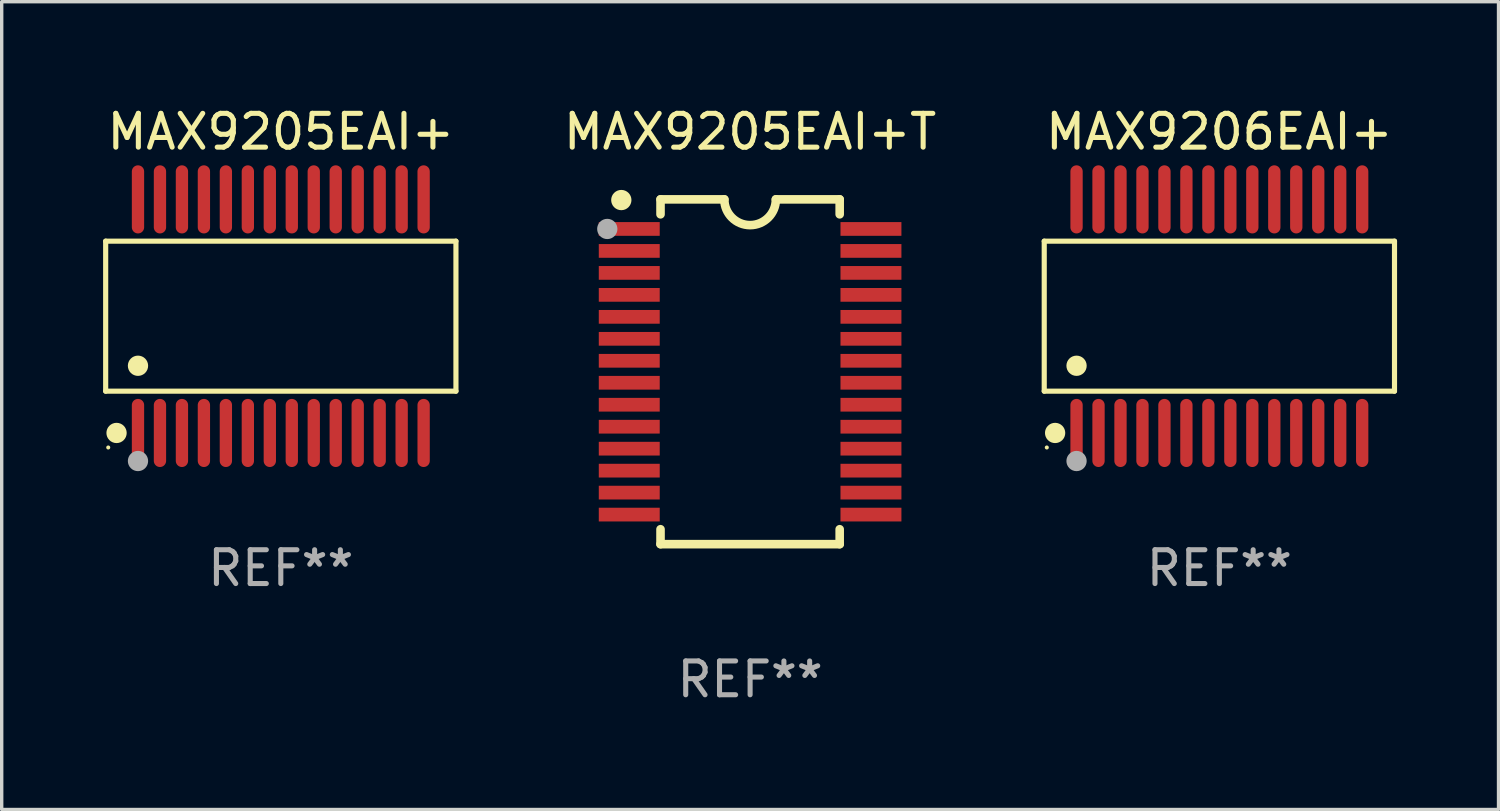
<source format=kicad_pcb>
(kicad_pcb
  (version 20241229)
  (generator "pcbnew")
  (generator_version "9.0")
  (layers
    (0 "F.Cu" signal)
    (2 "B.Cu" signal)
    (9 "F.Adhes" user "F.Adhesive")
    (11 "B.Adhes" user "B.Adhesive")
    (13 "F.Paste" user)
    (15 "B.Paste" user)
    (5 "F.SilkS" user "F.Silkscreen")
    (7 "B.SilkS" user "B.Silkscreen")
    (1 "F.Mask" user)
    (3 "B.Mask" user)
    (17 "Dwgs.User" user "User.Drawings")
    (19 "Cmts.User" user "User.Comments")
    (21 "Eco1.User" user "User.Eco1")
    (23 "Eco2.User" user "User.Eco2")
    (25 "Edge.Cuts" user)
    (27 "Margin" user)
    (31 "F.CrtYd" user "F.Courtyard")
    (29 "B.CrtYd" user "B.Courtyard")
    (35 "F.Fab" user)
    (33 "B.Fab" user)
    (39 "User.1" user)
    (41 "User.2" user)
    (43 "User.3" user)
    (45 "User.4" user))
  (footprint "MAX9206EAI+"
    (layer "F.Cu")
    (at 33.022 6.303)
    (property "Reference" "MAX9206EAI+" (at 0 -5.455 0) (layer "F.SilkS") (effects (font (size 1 1) (thickness 0.15))))
    (attr through_hole)
    (fp_line (start -5.181 -2.219) (end 5.181 -2.219) (stroke (width 0.152) (type solid)) (layer "F.SilkS"))
    (fp_line (start -5.181 2.219) (end -5.181 -2.219) (stroke (width 0.152) (type solid)) (layer "F.SilkS"))
    (fp_line (start 5.181 -2.219) (end 5.181 2.219) (stroke (width 0.152) (type solid)) (layer "F.SilkS"))
    (fp_line (start 5.181 2.219) (end -5.181 2.219) (stroke (width 0.152) (type solid)) (layer "F.SilkS"))
    (fp_circle (center -5.105 3.885) (end -5.075 3.885) (stroke (width 0.06) (type solid)) (fill no) (layer "F.SilkS"))
    (fp_circle (center -4.859 3.455) (end -4.709 3.455) (stroke (width 0.3) (type solid)) (fill no) (layer "F.SilkS"))
    (fp_circle (center -4.225 1.467) (end -4.075 1.467) (stroke (width 0.3) (type solid)) (fill no) (layer "F.SilkS"))
    (fp_circle (center -4.225 4.285) (end -4.075 4.285) (stroke (width 0.3) (type solid)) (fill no) (layer "F.Fab"))
    (fp_text user "REF**" (at 0 7.455 0) (layer "F.Fab") (effects (font (size 1 1) (thickness 0.15))))
    (pad "1" smd oval (at -4.225 3.455) (size 0.364 2.015) (layers "F.Cu" "F.Mask" "F.Paste"))
    (pad "2" smd oval (at -3.575 3.455) (size 0.364 2.015) (layers "F.Cu" "F.Mask" "F.Paste"))
    (pad "3" smd oval (at -2.925 3.455) (size 0.364 2.015) (layers "F.Cu" "F.Mask" "F.Paste"))
    (pad "4" smd oval (at -2.275 3.455) (size 0.364 2.015) (layers "F.Cu" "F.Mask" "F.Paste"))
    (pad "5" smd oval (at -1.625 3.455) (size 0.364 2.015) (layers "F.Cu" "F.Mask" "F.Paste"))
    (pad "6" smd oval (at -0.975 3.455) (size 0.364 2.015) (layers "F.Cu" "F.Mask" "F.Paste"))
    (pad "7" smd oval (at -0.325 3.455) (size 0.364 2.015) (layers "F.Cu" "F.Mask" "F.Paste"))
    (pad "8" smd oval (at 0.325 3.455) (size 0.364 2.015) (layers "F.Cu" "F.Mask" "F.Paste"))
    (pad "9" smd oval (at 0.975 3.455) (size 0.364 2.015) (layers "F.Cu" "F.Mask" "F.Paste"))
    (pad "10" smd oval (at 1.625 3.455) (size 0.364 2.015) (layers "F.Cu" "F.Mask" "F.Paste"))
    (pad "11" smd oval (at 2.275 3.455) (size 0.364 2.015) (layers "F.Cu" "F.Mask" "F.Paste"))
    (pad "12" smd oval (at 2.925 3.455) (size 0.364 2.015) (layers "F.Cu" "F.Mask" "F.Paste"))
    (pad "13" smd oval (at 3.575 3.455) (size 0.364 2.015) (layers "F.Cu" "F.Mask" "F.Paste"))
    (pad "14" smd oval (at 4.225 3.455) (size 0.364 2.015) (layers "F.Cu" "F.Mask" "F.Paste"))
    (pad "15" smd oval (at 4.225 -3.455) (size 0.364 2.015) (layers "F.Cu" "F.Mask" "F.Paste"))
    (pad "16" smd oval (at 3.575 -3.455) (size 0.364 2.015) (layers "F.Cu" "F.Mask" "F.Paste"))
    (pad "17" smd oval (at 2.925 -3.455) (size 0.364 2.015) (layers "F.Cu" "F.Mask" "F.Paste"))
    (pad "18" smd oval (at 2.275 -3.455) (size 0.364 2.015) (layers "F.Cu" "F.Mask" "F.Paste"))
    (pad "19" smd oval (at 1.625 -3.455) (size 0.364 2.015) (layers "F.Cu" "F.Mask" "F.Paste"))
    (pad "20" smd oval (at 0.975 -3.455) (size 0.364 2.015) (layers "F.Cu" "F.Mask" "F.Paste"))
    (pad "21" smd oval (at 0.325 -3.455) (size 0.364 2.015) (layers "F.Cu" "F.Mask" "F.Paste"))
    (pad "22" smd oval (at -0.325 -3.455) (size 0.364 2.015) (layers "F.Cu" "F.Mask" "F.Paste"))
    (pad "23" smd oval (at -0.975 -3.455) (size 0.364 2.015) (layers "F.Cu" "F.Mask" "F.Paste"))
    (pad "24" smd oval (at -1.625 -3.455) (size 0.364 2.015) (layers "F.Cu" "F.Mask" "F.Paste"))
    (pad "25" smd oval (at -2.275 -3.455) (size 0.364 2.015) (layers "F.Cu" "F.Mask" "F.Paste"))
    (pad "26" smd oval (at -2.925 -3.455) (size 0.364 2.015) (layers "F.Cu" "F.Mask" "F.Paste"))
    (pad "27" smd oval (at -3.575 -3.455) (size 0.364 2.015) (layers "F.Cu" "F.Mask" "F.Paste"))
    (pad "28" smd oval (at -4.225 -3.455) (size 0.364 2.015) (layers "F.Cu" "F.Mask" "F.Paste")))
  (footprint "MAX9205EAI+T"
    (layer "F.Cu")
    (at 19.14 7.948)
    (property "Reference" "MAX9205EAI+T" (at 0 -7.1 0) (layer "F.SilkS") (effects (font (size 1 1) (thickness 0.15))))
    (attr through_hole)
    (fp_line (start -2.65 -5.1) (end -0.762 -5.1) (stroke (width 0.254) (type solid)) (layer "F.SilkS"))
    (fp_line (start -2.65 -4.658) (end -2.65 -5.1) (stroke (width 0.254) (type solid)) (layer "F.SilkS"))
    (fp_line (start -2.65 5.1) (end -2.65 4.658) (stroke (width 0.254) (type solid)) (layer "F.SilkS"))
    (fp_line (start -2.65 5.1) (end 2.65 5.1) (stroke (width 0.254) (type solid)) (layer "F.SilkS"))
    (fp_line (start 2.65 -5.1) (end 0.762 -5.1) (stroke (width 0.254) (type solid)) (layer "F.SilkS"))
    (fp_line (start 2.65 -5.1) (end 2.65 -4.658) (stroke (width 0.254) (type solid)) (layer "F.SilkS"))
    (fp_line (start 2.65 4.658) (end 2.65 5.1) (stroke (width 0.254) (type solid)) (layer "F.SilkS"))
    (fp_arc (start 0.761925 -5.1) (mid -0.000241 -4.338329) (end -0.762077 -5.10033) (stroke (width 0.254001) (type solid)) (layer "F.SilkS"))
    (fp_circle (center -3.858 -5.07) (end -3.828 -5.07) (stroke (width 0.06) (type solid)) (fill no) (layer "F.SilkS"))
    (fp_circle (center -3.81 -5.08) (end -3.66 -5.08) (stroke (width 0.3) (type solid)) (fill no) (layer "F.SilkS"))
    (fp_circle (center -4.225 -4.225) (end -4.075 -4.225) (stroke (width 0.3) (type solid)) (fill no) (layer "F.Fab"))
    (fp_text user "REF**" (at 0 9.1 0) (layer "F.Fab") (effects (font (size 1 1) (thickness 0.15))))
    (pad "1" smd rect (at -3.575 -4.225) (size 1.803 0.406) (layers "F.Cu" "F.Mask" "F.Paste"))
    (pad "2" smd rect (at -3.575 -3.575) (size 1.803 0.406) (layers "F.Cu" "F.Mask" "F.Paste"))
    (pad "3" smd rect (at -3.575 -2.925) (size 1.803 0.406) (layers "F.Cu" "F.Mask" "F.Paste"))
    (pad "4" smd rect (at -3.575 -2.275) (size 1.803 0.406) (layers "F.Cu" "F.Mask" "F.Paste"))
    (pad "5" smd rect (at -3.575 -1.625) (size 1.803 0.406) (layers "F.Cu" "F.Mask" "F.Paste"))
    (pad "6" smd rect (at -3.575 -0.975) (size 1.803 0.406) (layers "F.Cu" "F.Mask" "F.Paste"))
    (pad "7" smd rect (at -3.575 -0.325) (size 1.803 0.406) (layers "F.Cu" "F.Mask" "F.Paste"))
    (pad "8" smd rect (at -3.575 0.325) (size 1.803 0.406) (layers "F.Cu" "F.Mask" "F.Paste"))
    (pad "9" smd rect (at -3.575 0.975) (size 1.803 0.406) (layers "F.Cu" "F.Mask" "F.Paste"))
    (pad "10" smd rect (at -3.575 1.625) (size 1.803 0.406) (layers "F.Cu" "F.Mask" "F.Paste"))
    (pad "11" smd rect (at -3.575 2.275) (size 1.803 0.406) (layers "F.Cu" "F.Mask" "F.Paste"))
    (pad "12" smd rect (at -3.575 2.925) (size 1.803 0.406) (layers "F.Cu" "F.Mask" "F.Paste"))
    (pad "13" smd rect (at -3.575 3.575) (size 1.803 0.406) (layers "F.Cu" "F.Mask" "F.Paste"))
    (pad "14" smd rect (at -3.575 4.225) (size 1.803 0.406) (layers "F.Cu" "F.Mask" "F.Paste"))
    (pad "15" smd rect (at 3.575 4.225) (size 1.803 0.406) (layers "F.Cu" "F.Mask" "F.Paste"))
    (pad "16" smd rect (at 3.575 3.575) (size 1.803 0.406) (layers "F.Cu" "F.Mask" "F.Paste"))
    (pad "17" smd rect (at 3.575 2.925) (size 1.803 0.406) (layers "F.Cu" "F.Mask" "F.Paste"))
    (pad "18" smd rect (at 3.575 2.275) (size 1.803 0.406) (layers "F.Cu" "F.Mask" "F.Paste"))
    (pad "19" smd rect (at 3.575 1.625) (size 1.803 0.406) (layers "F.Cu" "F.Mask" "F.Paste"))
    (pad "20" smd rect (at 3.575 0.975) (size 1.803 0.406) (layers "F.Cu" "F.Mask" "F.Paste"))
    (pad "21" smd rect (at 3.575 0.325) (size 1.803 0.406) (layers "F.Cu" "F.Mask" "F.Paste"))
    (pad "22" smd rect (at 3.575 -0.325) (size 1.803 0.406) (layers "F.Cu" "F.Mask" "F.Paste"))
    (pad "23" smd rect (at 3.575 -0.975) (size 1.803 0.406) (layers "F.Cu" "F.Mask" "F.Paste"))
    (pad "24" smd rect (at 3.575 -1.625) (size 1.803 0.406) (layers "F.Cu" "F.Mask" "F.Paste"))
    (pad "25" smd rect (at 3.575 -2.275) (size 1.803 0.406) (layers "F.Cu" "F.Mask" "F.Paste"))
    (pad "26" smd rect (at 3.575 -2.925) (size 1.803 0.406) (layers "F.Cu" "F.Mask" "F.Paste"))
    (pad "27" smd rect (at 3.575 -3.575) (size 1.803 0.406) (layers "F.Cu" "F.Mask" "F.Paste"))
    (pad "28" smd rect (at 3.575 -4.225) (size 1.803 0.406) (layers "F.Cu" "F.Mask" "F.Paste")))
  (footprint "MAX9205EAI+"
    (layer "F.Cu")
    (at 5.257 6.303)
    (property "Reference" "MAX9205EAI+" (at 0 -5.455 0) (layer "F.SilkS") (effects (font (size 1 1) (thickness 0.15))))
    (attr through_hole)
    (fp_line (start -5.181 -2.219) (end 5.181 -2.219) (stroke (width 0.152) (type solid)) (layer "F.SilkS"))
    (fp_line (start -5.181 2.219) (end -5.181 -2.219) (stroke (width 0.152) (type solid)) (layer "F.SilkS"))
    (fp_line (start 5.181 -2.219) (end 5.181 2.219) (stroke (width 0.152) (type solid)) (layer "F.SilkS"))
    (fp_line (start 5.181 2.219) (end -5.181 2.219) (stroke (width 0.152) (type solid)) (layer "F.SilkS"))
    (fp_circle (center -5.105 3.885) (end -5.075 3.885) (stroke (width 0.06) (type solid)) (fill no) (layer "F.SilkS"))
    (fp_circle (center -4.859 3.455) (end -4.709 3.455) (stroke (width 0.3) (type solid)) (fill no) (layer "F.SilkS"))
    (fp_circle (center -4.225 1.467) (end -4.075 1.467) (stroke (width 0.3) (type solid)) (fill no) (layer "F.SilkS"))
    (fp_circle (center -4.225 4.285) (end -4.075 4.285) (stroke (width 0.3) (type solid)) (fill no) (layer "F.Fab"))
    (fp_text user "REF**" (at 0 7.455 0) (layer "F.Fab") (effects (font (size 1 1) (thickness 0.15))))
    (pad "1" smd oval (at -4.225 3.455) (size 0.364 2.015) (layers "F.Cu" "F.Mask" "F.Paste"))
    (pad "2" smd oval (at -3.575 3.455) (size 0.364 2.015) (layers "F.Cu" "F.Mask" "F.Paste"))
    (pad "3" smd oval (at -2.925 3.455) (size 0.364 2.015) (layers "F.Cu" "F.Mask" "F.Paste"))
    (pad "4" smd oval (at -2.275 3.455) (size 0.364 2.015) (layers "F.Cu" "F.Mask" "F.Paste"))
    (pad "5" smd oval (at -1.625 3.455) (size 0.364 2.015) (layers "F.Cu" "F.Mask" "F.Paste"))
    (pad "6" smd oval (at -0.975 3.455) (size 0.364 2.015) (layers "F.Cu" "F.Mask" "F.Paste"))
    (pad "7" smd oval (at -0.325 3.455) (size 0.364 2.015) (layers "F.Cu" "F.Mask" "F.Paste"))
    (pad "8" smd oval (at 0.325 3.455) (size 0.364 2.015) (layers "F.Cu" "F.Mask" "F.Paste"))
    (pad "9" smd oval (at 0.975 3.455) (size 0.364 2.015) (layers "F.Cu" "F.Mask" "F.Paste"))
    (pad "10" smd oval (at 1.625 3.455) (size 0.364 2.015) (layers "F.Cu" "F.Mask" "F.Paste"))
    (pad "11" smd oval (at 2.275 3.455) (size 0.364 2.015) (layers "F.Cu" "F.Mask" "F.Paste"))
    (pad "12" smd oval (at 2.925 3.455) (size 0.364 2.015) (layers "F.Cu" "F.Mask" "F.Paste"))
    (pad "13" smd oval (at 3.575 3.455) (size 0.364 2.015) (layers "F.Cu" "F.Mask" "F.Paste"))
    (pad "14" smd oval (at 4.225 3.455) (size 0.364 2.015) (layers "F.Cu" "F.Mask" "F.Paste"))
    (pad "15" smd oval (at 4.225 -3.455) (size 0.364 2.015) (layers "F.Cu" "F.Mask" "F.Paste"))
    (pad "16" smd oval (at 3.575 -3.455) (size 0.364 2.015) (layers "F.Cu" "F.Mask" "F.Paste"))
    (pad "17" smd oval (at 2.925 -3.455) (size 0.364 2.015) (layers "F.Cu" "F.Mask" "F.Paste"))
    (pad "18" smd oval (at 2.275 -3.455) (size 0.364 2.015) (layers "F.Cu" "F.Mask" "F.Paste"))
    (pad "19" smd oval (at 1.625 -3.455) (size 0.364 2.015) (layers "F.Cu" "F.Mask" "F.Paste"))
    (pad "20" smd oval (at 0.975 -3.455) (size 0.364 2.015) (layers "F.Cu" "F.Mask" "F.Paste"))
    (pad "21" smd oval (at 0.325 -3.455) (size 0.364 2.015) (layers "F.Cu" "F.Mask" "F.Paste"))
    (pad "22" smd oval (at -0.325 -3.455) (size 0.364 2.015) (layers "F.Cu" "F.Mask" "F.Paste"))
    (pad "23" smd oval (at -0.975 -3.455) (size 0.364 2.015) (layers "F.Cu" "F.Mask" "F.Paste"))
    (pad "24" smd oval (at -1.625 -3.455) (size 0.364 2.015) (layers "F.Cu" "F.Mask" "F.Paste"))
    (pad "25" smd oval (at -2.275 -3.455) (size 0.364 2.015) (layers "F.Cu" "F.Mask" "F.Paste"))
    (pad "26" smd oval (at -2.925 -3.455) (size 0.364 2.015) (layers "F.Cu" "F.Mask" "F.Paste"))
    (pad "27" smd oval (at -3.575 -3.455) (size 0.364 2.015) (layers "F.Cu" "F.Mask" "F.Paste"))
    (pad "28" smd oval (at -4.225 -3.455) (size 0.364 2.015) (layers "F.Cu" "F.Mask" "F.Paste")))
  (gr_rect
    (start -3 -3)
    (end 41.28 20.896)
    (stroke (width 0.1) (type default))
    (fill no)
    (layer "Edge.Cuts")))
</source>
